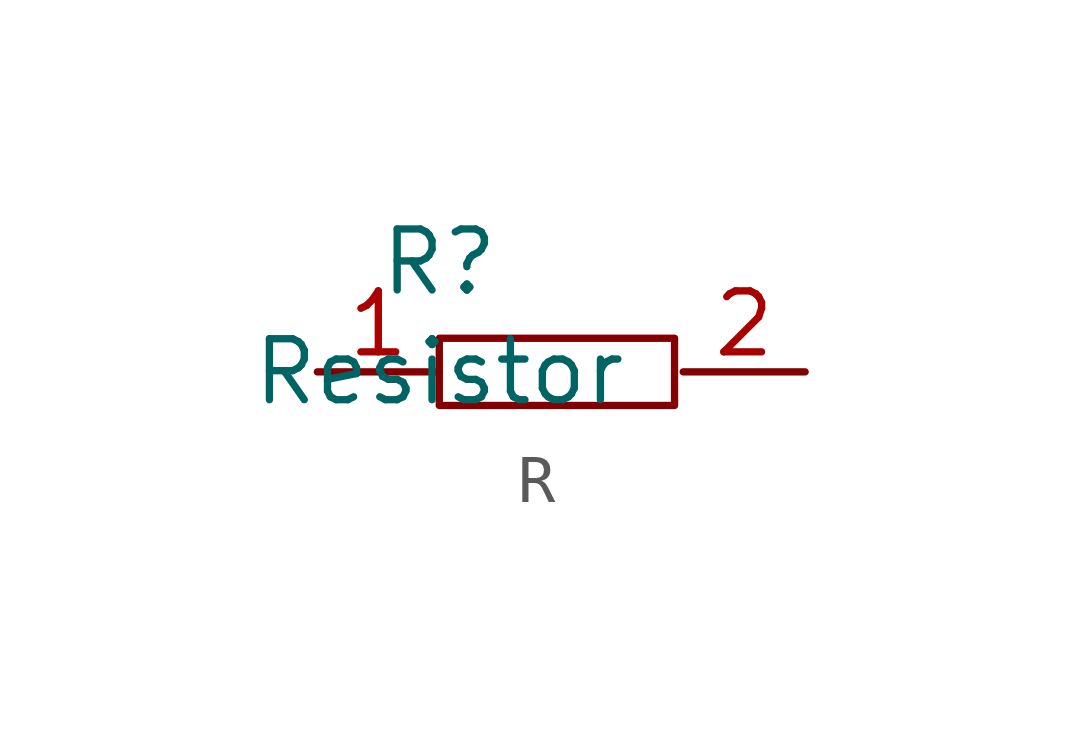
<source format=kicad_sym>
(kicad_symbol_lib
  (version 20231120)
  (generator "kicad_symbol_editor")
  (generator_version "8.0")
  (symbol "R"
    (property "Reference" "R"
      (at 0 2.286 0)
      (effects (font (size 1.27 1.27))))
    (property "Value" "Resistor"
      (at 0 0 0)
      (effects (font (size 1.27 1.27))))
    (symbol "R_0_1"
      (rectangle (start 0 0.7) (end 4.9 -0.7) (stroke (width 0) (type default)) (fill (type none))))
    (symbol "R_1_1"
      (pin passive line (at -2.54 0 0) (length 2.54) (name "" (effects (font (size 1.27 1.27)))) (number "1" (effects (font (size 1.27 1.27)))))
      (pin passive line (at 7.62 0 180) (length 2.54) (name "" (effects (font (size 1.27 1.27)))) (number "2" (effects (font (size 1.27 1.27))))))))
</source>
